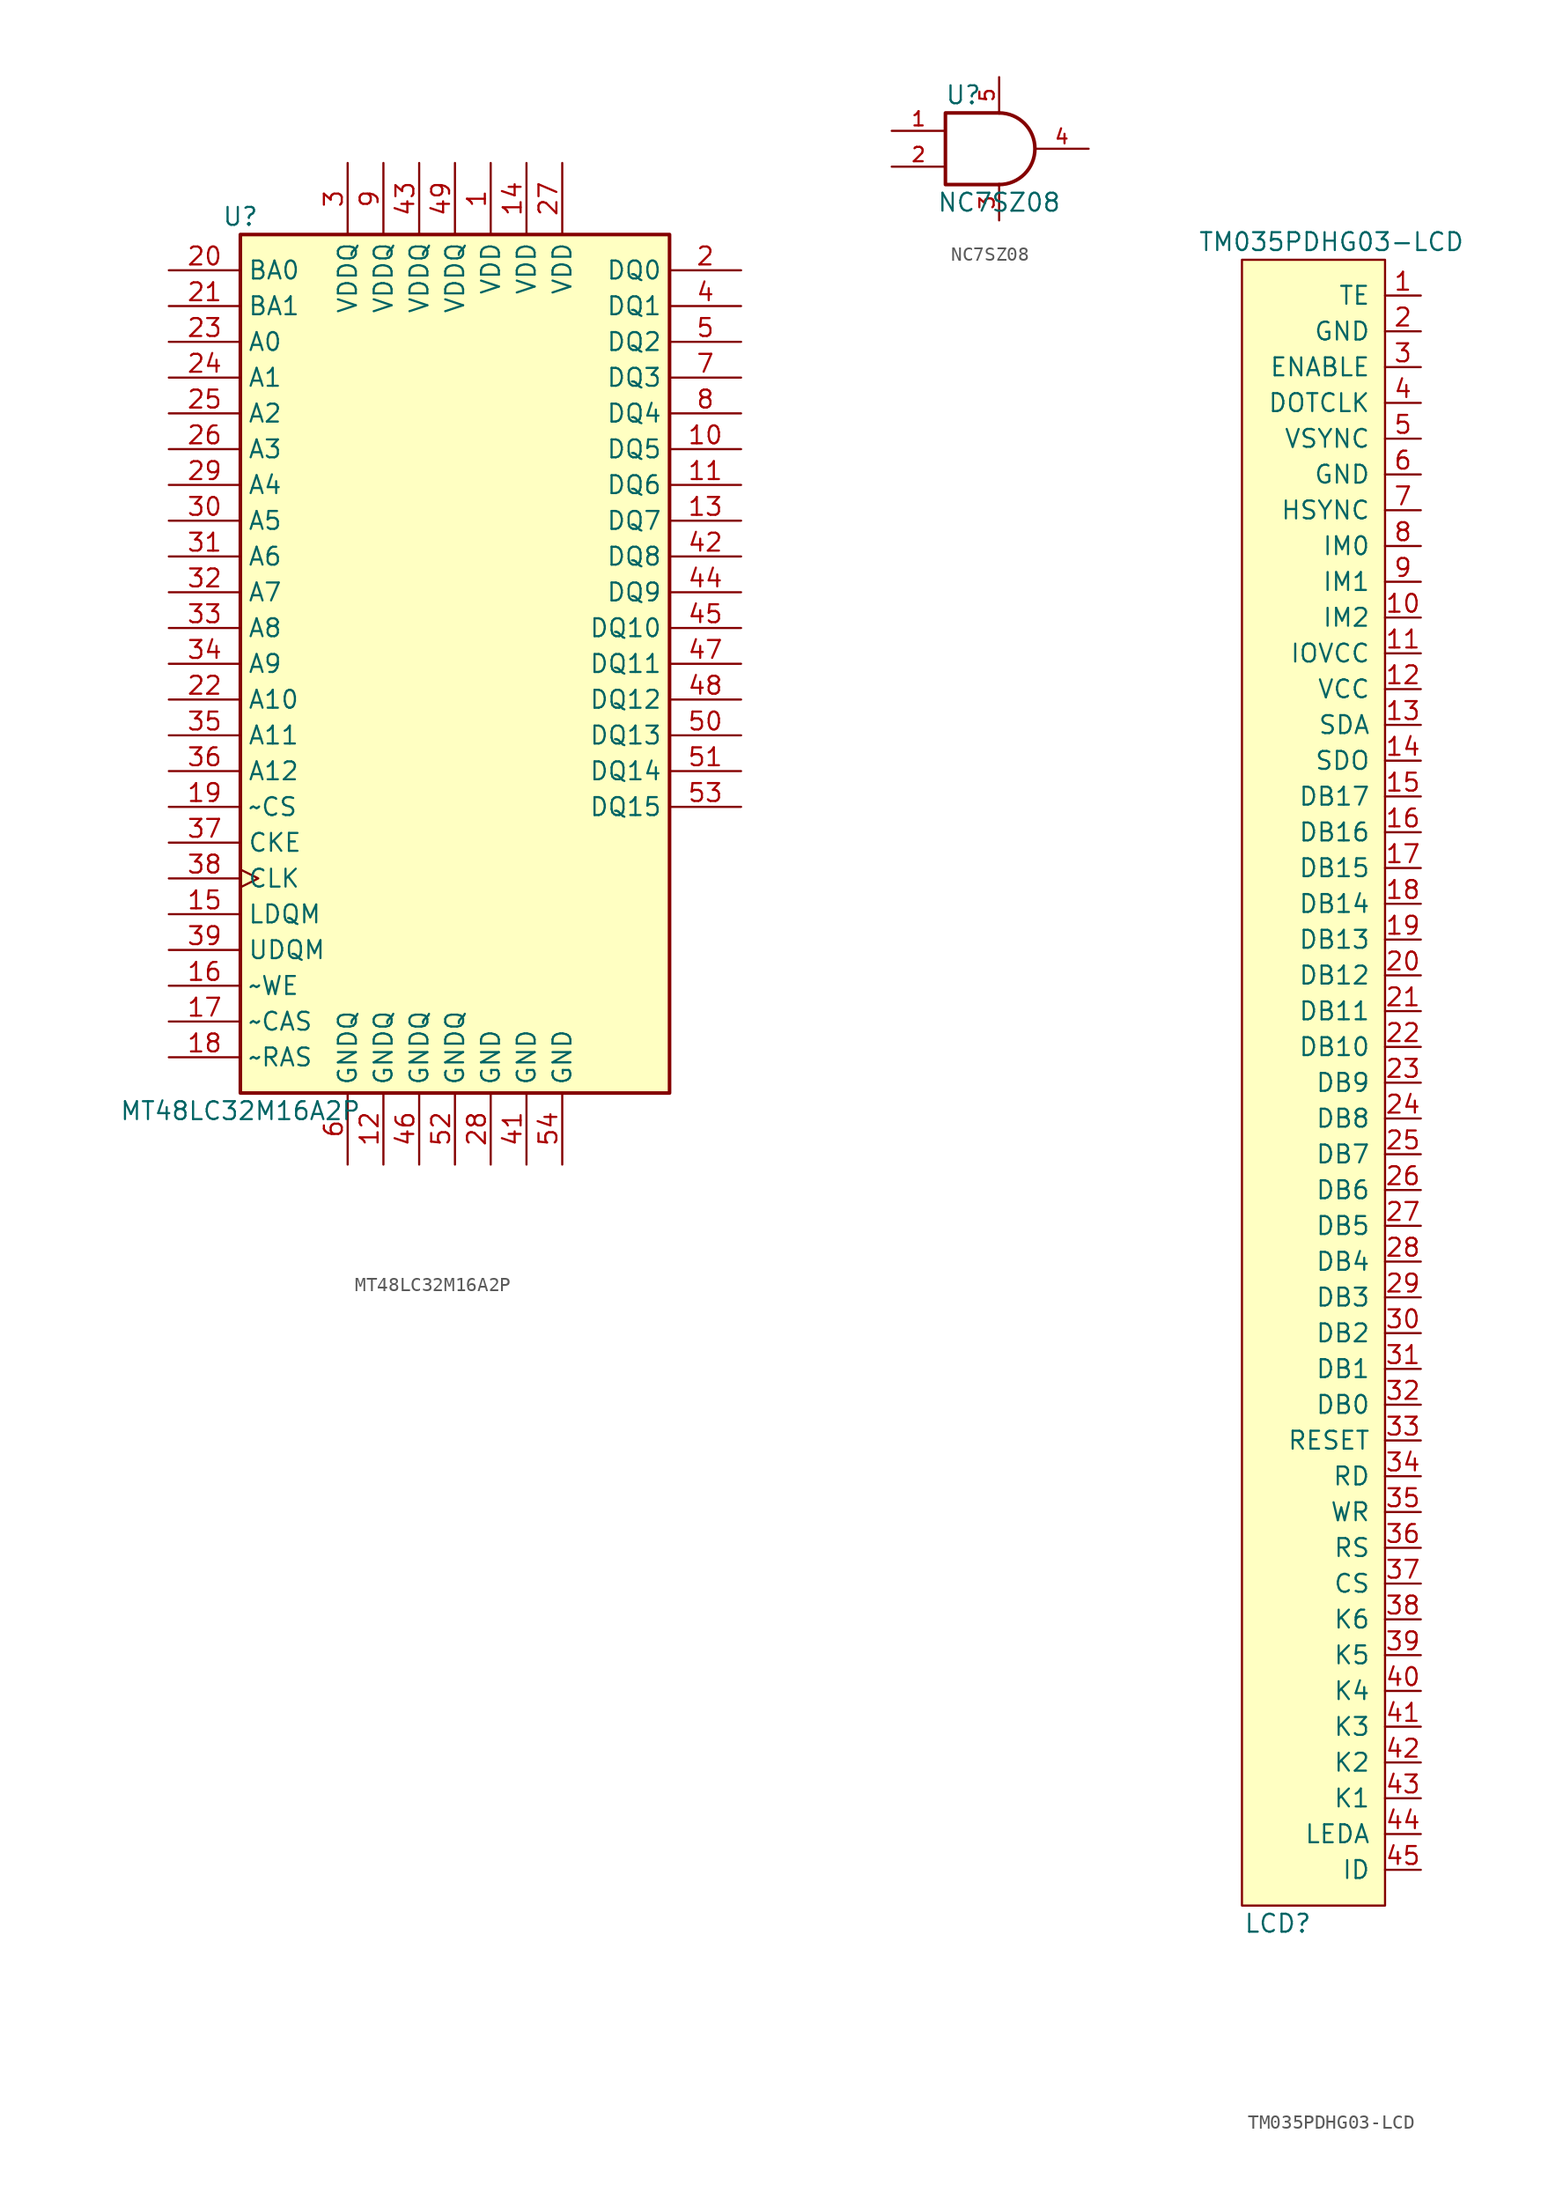
<source format=kicad_sym>
(kicad_symbol_lib
  (version 20210619)
  (generator kicad_symbol_editor)
  (symbol "Sitina:MT48LC32M16A2P"
    (property "Reference" "U"
      (at -15.24 31.75 0)
      (effects (font (size 1.27 1.27))))
    (property "Value" "MT48LC32M16A2P"
      (at -15.24 -31.75 0)
      (effects (font (size 1.27 1.27))))
    (symbol "MT48LC32M16A2P_1_1"
      (rectangle (start -15.24 30.48) (end 15.24 -30.48) (stroke (width 0.254)) (fill (type background)))
      (pin power_in line (at 2.54 35.56 270) (length 5.08) (name "VDD" (effects (font (size 1.27 1.27)))) (number "1" (effects (font (size 1.27 1.27)))))
      (pin bidirectional line (at 20.32 15.24 180) (length 5.08) (name "DQ5" (effects (font (size 1.27 1.27)))) (number "10" (effects (font (size 1.27 1.27)))))
      (pin bidirectional line (at 20.32 12.7 180) (length 5.08) (name "DQ6" (effects (font (size 1.27 1.27)))) (number "11" (effects (font (size 1.27 1.27)))))
      (pin power_in line (at -5.08 -35.56 90) (length 5.08) (name "GNDQ" (effects (font (size 1.27 1.27)))) (number "12" (effects (font (size 1.27 1.27)))))
      (pin bidirectional line (at 20.32 10.16 180) (length 5.08) (name "DQ7" (effects (font (size 1.27 1.27)))) (number "13" (effects (font (size 1.27 1.27)))))
      (pin power_in line (at 5.08 35.56 270) (length 5.08) (name "VDD" (effects (font (size 1.27 1.27)))) (number "14" (effects (font (size 1.27 1.27)))))
      (pin input line (at -20.32 -17.78 0) (length 5.08) (name "LDQM" (effects (font (size 1.27 1.27)))) (number "15" (effects (font (size 1.27 1.27)))))
      (pin input line (at -20.32 -22.86 0) (length 5.08) (name "~WE" (effects (font (size 1.27 1.27)))) (number "16" (effects (font (size 1.27 1.27)))))
      (pin input line (at -20.32 -25.4 0) (length 5.08) (name "~CAS" (effects (font (size 1.27 1.27)))) (number "17" (effects (font (size 1.27 1.27)))))
      (pin input line (at -20.32 -27.94 0) (length 5.08) (name "~RAS" (effects (font (size 1.27 1.27)))) (number "18" (effects (font (size 1.27 1.27)))))
      (pin input line (at -20.32 -10.16 0) (length 5.08) (name "~CS" (effects (font (size 1.27 1.27)))) (number "19" (effects (font (size 1.27 1.27)))))
      (pin bidirectional line (at 20.32 27.94 180) (length 5.08) (name "DQ0" (effects (font (size 1.27 1.27)))) (number "2" (effects (font (size 1.27 1.27)))))
      (pin input line (at -20.32 27.94 0) (length 5.08) (name "BA0" (effects (font (size 1.27 1.27)))) (number "20" (effects (font (size 1.27 1.27)))))
      (pin input line (at -20.32 25.4 0) (length 5.08) (name "BA1" (effects (font (size 1.27 1.27)))) (number "21" (effects (font (size 1.27 1.27)))))
      (pin input line (at -20.32 -2.54 0) (length 5.08) (name "A10" (effects (font (size 1.27 1.27)))) (number "22" (effects (font (size 1.27 1.27)))))
      (pin input line (at -20.32 22.86 0) (length 5.08) (name "A0" (effects (font (size 1.27 1.27)))) (number "23" (effects (font (size 1.27 1.27)))))
      (pin input line (at -20.32 20.32 0) (length 5.08) (name "A1" (effects (font (size 1.27 1.27)))) (number "24" (effects (font (size 1.27 1.27)))))
      (pin input line (at -20.32 17.78 0) (length 5.08) (name "A2" (effects (font (size 1.27 1.27)))) (number "25" (effects (font (size 1.27 1.27)))))
      (pin input line (at -20.32 15.24 0) (length 5.08) (name "A3" (effects (font (size 1.27 1.27)))) (number "26" (effects (font (size 1.27 1.27)))))
      (pin power_in line (at 7.62 35.56 270) (length 5.08) (name "VDD" (effects (font (size 1.27 1.27)))) (number "27" (effects (font (size 1.27 1.27)))))
      (pin power_in line (at 2.54 -35.56 90) (length 5.08) (name "GND" (effects (font (size 1.27 1.27)))) (number "28" (effects (font (size 1.27 1.27)))))
      (pin input line (at -20.32 12.7 0) (length 5.08) (name "A4" (effects (font (size 1.27 1.27)))) (number "29" (effects (font (size 1.27 1.27)))))
      (pin power_in line (at -7.62 35.56 270) (length 5.08) (name "VDDQ" (effects (font (size 1.27 1.27)))) (number "3" (effects (font (size 1.27 1.27)))))
      (pin input line (at -20.32 10.16 0) (length 5.08) (name "A5" (effects (font (size 1.27 1.27)))) (number "30" (effects (font (size 1.27 1.27)))))
      (pin input line (at -20.32 7.62 0) (length 5.08) (name "A6" (effects (font (size 1.27 1.27)))) (number "31" (effects (font (size 1.27 1.27)))))
      (pin input line (at -20.32 5.08 0) (length 5.08) (name "A7" (effects (font (size 1.27 1.27)))) (number "32" (effects (font (size 1.27 1.27)))))
      (pin input line (at -20.32 2.54 0) (length 5.08) (name "A8" (effects (font (size 1.27 1.27)))) (number "33" (effects (font (size 1.27 1.27)))))
      (pin input line (at -20.32 0 0) (length 5.08) (name "A9" (effects (font (size 1.27 1.27)))) (number "34" (effects (font (size 1.27 1.27)))))
      (pin input line (at -20.32 -5.08 0) (length 5.08) (name "A11" (effects (font (size 1.27 1.27)))) (number "35" (effects (font (size 1.27 1.27)))))
      (pin input line (at -20.32 -7.62 0) (length 5.08) (name "A12" (effects (font (size 1.27 1.27)))) (number "36" (effects (font (size 1.27 1.27)))))
      (pin input line (at -20.32 -12.7 0) (length 5.08) (name "CKE" (effects (font (size 1.27 1.27)))) (number "37" (effects (font (size 1.27 1.27)))))
      (pin input clock (at -20.32 -15.24 0) (length 5.08) (name "CLK" (effects (font (size 1.27 1.27)))) (number "38" (effects (font (size 1.27 1.27)))))
      (pin input line (at -20.32 -20.32 0) (length 5.08) (name "UDQM" (effects (font (size 1.27 1.27)))) (number "39" (effects (font (size 1.27 1.27)))))
      (pin bidirectional line (at 20.32 25.4 180) (length 5.08) (name "DQ1" (effects (font (size 1.27 1.27)))) (number "4" (effects (font (size 1.27 1.27)))))
      (pin no_connect line (at 15.24 -20.32 180) (length 5.08) hide (name "NC" (effects (font (size 1.27 1.27)))) (number "40" (effects (font (size 1.27 1.27)))))
      (pin power_in line (at 5.08 -35.56 90) (length 5.08) (name "GND" (effects (font (size 1.27 1.27)))) (number "41" (effects (font (size 1.27 1.27)))))
      (pin bidirectional line (at 20.32 7.62 180) (length 5.08) (name "DQ8" (effects (font (size 1.27 1.27)))) (number "42" (effects (font (size 1.27 1.27)))))
      (pin power_in line (at -2.54 35.56 270) (length 5.08) (name "VDDQ" (effects (font (size 1.27 1.27)))) (number "43" (effects (font (size 1.27 1.27)))))
      (pin bidirectional line (at 20.32 5.08 180) (length 5.08) (name "DQ9" (effects (font (size 1.27 1.27)))) (number "44" (effects (font (size 1.27 1.27)))))
      (pin bidirectional line (at 20.32 2.54 180) (length 5.08) (name "DQ10" (effects (font (size 1.27 1.27)))) (number "45" (effects (font (size 1.27 1.27)))))
      (pin power_in line (at -2.54 -35.56 90) (length 5.08) (name "GNDQ" (effects (font (size 1.27 1.27)))) (number "46" (effects (font (size 1.27 1.27)))))
      (pin bidirectional line (at 20.32 0 180) (length 5.08) (name "DQ11" (effects (font (size 1.27 1.27)))) (number "47" (effects (font (size 1.27 1.27)))))
      (pin bidirectional line (at 20.32 -2.54 180) (length 5.08) (name "DQ12" (effects (font (size 1.27 1.27)))) (number "48" (effects (font (size 1.27 1.27)))))
      (pin power_in line (at 0 35.56 270) (length 5.08) (name "VDDQ" (effects (font (size 1.27 1.27)))) (number "49" (effects (font (size 1.27 1.27)))))
      (pin bidirectional line (at 20.32 22.86 180) (length 5.08) (name "DQ2" (effects (font (size 1.27 1.27)))) (number "5" (effects (font (size 1.27 1.27)))))
      (pin bidirectional line (at 20.32 -5.08 180) (length 5.08) (name "DQ13" (effects (font (size 1.27 1.27)))) (number "50" (effects (font (size 1.27 1.27)))))
      (pin bidirectional line (at 20.32 -7.62 180) (length 5.08) (name "DQ14" (effects (font (size 1.27 1.27)))) (number "51" (effects (font (size 1.27 1.27)))))
      (pin power_in line (at 0 -35.56 90) (length 5.08) (name "GNDQ" (effects (font (size 1.27 1.27)))) (number "52" (effects (font (size 1.27 1.27)))))
      (pin bidirectional line (at 20.32 -10.16 180) (length 5.08) (name "DQ15" (effects (font (size 1.27 1.27)))) (number "53" (effects (font (size 1.27 1.27)))))
      (pin power_in line (at 7.62 -35.56 90) (length 5.08) (name "GND" (effects (font (size 1.27 1.27)))) (number "54" (effects (font (size 1.27 1.27)))))
      (pin power_in line (at -7.62 -35.56 90) (length 5.08) (name "GNDQ" (effects (font (size 1.27 1.27)))) (number "6" (effects (font (size 1.27 1.27)))))
      (pin bidirectional line (at 20.32 20.32 180) (length 5.08) (name "DQ3" (effects (font (size 1.27 1.27)))) (number "7" (effects (font (size 1.27 1.27)))))
      (pin bidirectional line (at 20.32 17.78 180) (length 5.08) (name "DQ4" (effects (font (size 1.27 1.27)))) (number "8" (effects (font (size 1.27 1.27)))))
      (pin power_in line (at -5.08 35.56 270) (length 5.08) (name "VDDQ" (effects (font (size 1.27 1.27)))) (number "9" (effects (font (size 1.27 1.27)))))))
  (symbol "Sitina:NC7SZ08"
    (pin_names
      (offset 1.016))
    (property "Reference" "U"
      (at -2.54 3.81 0)
      (effects (font (size 1.27 1.27))))
    (property "Value" "NC7SZ08"
      (at 0 -3.81 0)
      (effects (font (size 1.27 1.27))))
    (symbol "NC7SZ08_0_1"
      (arc (start 0 -2.54) (end 0 2.54) (radius (at 0 0) (length 2.54) (angles -89.9 89.9)) (stroke (width 0.254)) (fill (type none)))
      (polyline (pts (xy 0 -2.54) (xy -3.81 -2.54) (xy -3.81 2.54) (xy 0 2.54)) (stroke (width 0.254)) (fill (type none))))
    (symbol "NC7SZ08_1_1"
      (pin input line (at -7.62 1.27 0) (length 3.81) (name "~" (effects (font (size 1.016 1.016)))) (number "1" (effects (font (size 1.016 1.016)))))
      (pin input line (at -7.62 -1.27 0) (length 3.81) (name "~" (effects (font (size 1.016 1.016)))) (number "2" (effects (font (size 1.016 1.016)))))
      (pin power_in line (at 0 -5.08 90) (length 2.54) (name "~" (effects (font (size 1.016 1.016)))) (number "3" (effects (font (size 1.016 1.016)))))
      (pin output line (at 6.35 0 180) (length 3.81) (name "~" (effects (font (size 1.016 1.016)))) (number "4" (effects (font (size 1.016 1.016)))))
      (pin power_in line (at 0 5.08 270) (length 2.54) (name "~" (effects (font (size 1.016 1.016)))) (number "5" (effects (font (size 1.016 1.016)))))))
  (symbol "Sitina:TM035PDHG03-LCD"
    (pin_names
      (offset 1.016))
    (property "Reference" "LCD"
      (at -2.54 -59.69 0)
      (effects (font (size 1.27 1.27))))
    (property "Value" "TM035PDHG03-LCD"
      (at 1.27 59.69 0)
      (effects (font (size 1.27 1.27))))
    (symbol "TM035PDHG03-LCD_0_1"
      (rectangle (start -5.08 58.42) (end 5.08 -58.42) (stroke (width 0)) (fill (type background))))
    (symbol "TM035PDHG03-LCD_1_1"
      (pin input line (at 7.62 55.88 180) (length 2.54) (name "TE" (effects (font (size 1.27 1.27)))) (number "1" (effects (font (size 1.27 1.27)))))
      (pin input line (at 7.62 33.02 180) (length 2.54) (name "IM2" (effects (font (size 1.27 1.27)))) (number "10" (effects (font (size 1.27 1.27)))))
      (pin power_in line (at 7.62 30.48 180) (length 2.54) (name "IOVCC" (effects (font (size 1.27 1.27)))) (number "11" (effects (font (size 1.27 1.27)))))
      (pin power_in line (at 7.62 27.94 180) (length 2.54) (name "VCC" (effects (font (size 1.27 1.27)))) (number "12" (effects (font (size 1.27 1.27)))))
      (pin input line (at 7.62 25.4 180) (length 2.54) (name "SDA" (effects (font (size 1.27 1.27)))) (number "13" (effects (font (size 1.27 1.27)))))
      (pin output line (at 7.62 22.86 180) (length 2.54) (name "SDO" (effects (font (size 1.27 1.27)))) (number "14" (effects (font (size 1.27 1.27)))))
      (pin input line (at 7.62 20.32 180) (length 2.54) (name "DB17" (effects (font (size 1.27 1.27)))) (number "15" (effects (font (size 1.27 1.27)))))
      (pin input line (at 7.62 17.78 180) (length 2.54) (name "DB16" (effects (font (size 1.27 1.27)))) (number "16" (effects (font (size 1.27 1.27)))))
      (pin input line (at 7.62 15.24 180) (length 2.54) (name "DB15" (effects (font (size 1.27 1.27)))) (number "17" (effects (font (size 1.27 1.27)))))
      (pin input line (at 7.62 12.7 180) (length 2.54) (name "DB14" (effects (font (size 1.27 1.27)))) (number "18" (effects (font (size 1.27 1.27)))))
      (pin input line (at 7.62 10.16 180) (length 2.54) (name "DB13" (effects (font (size 1.27 1.27)))) (number "19" (effects (font (size 1.27 1.27)))))
      (pin power_in line (at 7.62 53.34 180) (length 2.54) (name "GND" (effects (font (size 1.27 1.27)))) (number "2" (effects (font (size 1.27 1.27)))))
      (pin input line (at 7.62 7.62 180) (length 2.54) (name "DB12" (effects (font (size 1.27 1.27)))) (number "20" (effects (font (size 1.27 1.27)))))
      (pin input line (at 7.62 5.08 180) (length 2.54) (name "DB11" (effects (font (size 1.27 1.27)))) (number "21" (effects (font (size 1.27 1.27)))))
      (pin input line (at 7.62 2.54 180) (length 2.54) (name "DB10" (effects (font (size 1.27 1.27)))) (number "22" (effects (font (size 1.27 1.27)))))
      (pin input line (at 7.62 0 180) (length 2.54) (name "DB9" (effects (font (size 1.27 1.27)))) (number "23" (effects (font (size 1.27 1.27)))))
      (pin input line (at 7.62 -2.54 180) (length 2.54) (name "DB8" (effects (font (size 1.27 1.27)))) (number "24" (effects (font (size 1.27 1.27)))))
      (pin input line (at 7.62 -5.08 180) (length 2.54) (name "DB7" (effects (font (size 1.27 1.27)))) (number "25" (effects (font (size 1.27 1.27)))))
      (pin input line (at 7.62 -7.62 180) (length 2.54) (name "DB6" (effects (font (size 1.27 1.27)))) (number "26" (effects (font (size 1.27 1.27)))))
      (pin input line (at 7.62 -10.16 180) (length 2.54) (name "DB5" (effects (font (size 1.27 1.27)))) (number "27" (effects (font (size 1.27 1.27)))))
      (pin input line (at 7.62 -12.7 180) (length 2.54) (name "DB4" (effects (font (size 1.27 1.27)))) (number "28" (effects (font (size 1.27 1.27)))))
      (pin input line (at 7.62 -15.24 180) (length 2.54) (name "DB3" (effects (font (size 1.27 1.27)))) (number "29" (effects (font (size 1.27 1.27)))))
      (pin input line (at 7.62 50.8 180) (length 2.54) (name "ENABLE" (effects (font (size 1.27 1.27)))) (number "3" (effects (font (size 1.27 1.27)))))
      (pin input line (at 7.62 -17.78 180) (length 2.54) (name "DB2" (effects (font (size 1.27 1.27)))) (number "30" (effects (font (size 1.27 1.27)))))
      (pin input line (at 7.62 -20.32 180) (length 2.54) (name "DB1" (effects (font (size 1.27 1.27)))) (number "31" (effects (font (size 1.27 1.27)))))
      (pin input line (at 7.62 -22.86 180) (length 2.54) (name "DB0" (effects (font (size 1.27 1.27)))) (number "32" (effects (font (size 1.27 1.27)))))
      (pin input line (at 7.62 -25.4 180) (length 2.54) (name "RESET" (effects (font (size 1.27 1.27)))) (number "33" (effects (font (size 1.27 1.27)))))
      (pin input line (at 7.62 -27.94 180) (length 2.54) (name "RD" (effects (font (size 1.27 1.27)))) (number "34" (effects (font (size 1.27 1.27)))))
      (pin input line (at 7.62 -30.48 180) (length 2.54) (name "WR" (effects (font (size 1.27 1.27)))) (number "35" (effects (font (size 1.27 1.27)))))
      (pin input line (at 7.62 -33.02 180) (length 2.54) (name "RS" (effects (font (size 1.27 1.27)))) (number "36" (effects (font (size 1.27 1.27)))))
      (pin input line (at 7.62 -35.56 180) (length 2.54) (name "CS" (effects (font (size 1.27 1.27)))) (number "37" (effects (font (size 1.27 1.27)))))
      (pin input line (at 7.62 -38.1 180) (length 2.54) (name "K6" (effects (font (size 1.27 1.27)))) (number "38" (effects (font (size 1.27 1.27)))))
      (pin input line (at 7.62 -40.64 180) (length 2.54) (name "K5" (effects (font (size 1.27 1.27)))) (number "39" (effects (font (size 1.27 1.27)))))
      (pin input line (at 7.62 48.26 180) (length 2.54) (name "DOTCLK" (effects (font (size 1.27 1.27)))) (number "4" (effects (font (size 1.27 1.27)))))
      (pin input line (at 7.62 -43.18 180) (length 2.54) (name "K4" (effects (font (size 1.27 1.27)))) (number "40" (effects (font (size 1.27 1.27)))))
      (pin input line (at 7.62 -45.72 180) (length 2.54) (name "K3" (effects (font (size 1.27 1.27)))) (number "41" (effects (font (size 1.27 1.27)))))
      (pin input line (at 7.62 -48.26 180) (length 2.54) (name "K2" (effects (font (size 1.27 1.27)))) (number "42" (effects (font (size 1.27 1.27)))))
      (pin input line (at 7.62 -50.8 180) (length 2.54) (name "K1" (effects (font (size 1.27 1.27)))) (number "43" (effects (font (size 1.27 1.27)))))
      (pin input line (at 7.62 -53.34 180) (length 2.54) (name "LEDA" (effects (font (size 1.27 1.27)))) (number "44" (effects (font (size 1.27 1.27)))))
      (pin input line (at 7.62 -55.88 180) (length 2.54) (name "ID" (effects (font (size 1.27 1.27)))) (number "45" (effects (font (size 1.27 1.27)))))
      (pin input line (at 7.62 45.72 180) (length 2.54) (name "VSYNC" (effects (font (size 1.27 1.27)))) (number "5" (effects (font (size 1.27 1.27)))))
      (pin power_in line (at 7.62 43.18 180) (length 2.54) (name "GND" (effects (font (size 1.27 1.27)))) (number "6" (effects (font (size 1.27 1.27)))))
      (pin input line (at 7.62 40.64 180) (length 2.54) (name "HSYNC" (effects (font (size 1.27 1.27)))) (number "7" (effects (font (size 1.27 1.27)))))
      (pin input line (at 7.62 38.1 180) (length 2.54) (name "IM0" (effects (font (size 1.27 1.27)))) (number "8" (effects (font (size 1.27 1.27)))))
      (pin input line (at 7.62 35.56 180) (length 2.54) (name "IM1" (effects (font (size 1.27 1.27)))) (number "9" (effects (font (size 1.27 1.27))))))))
</source>
